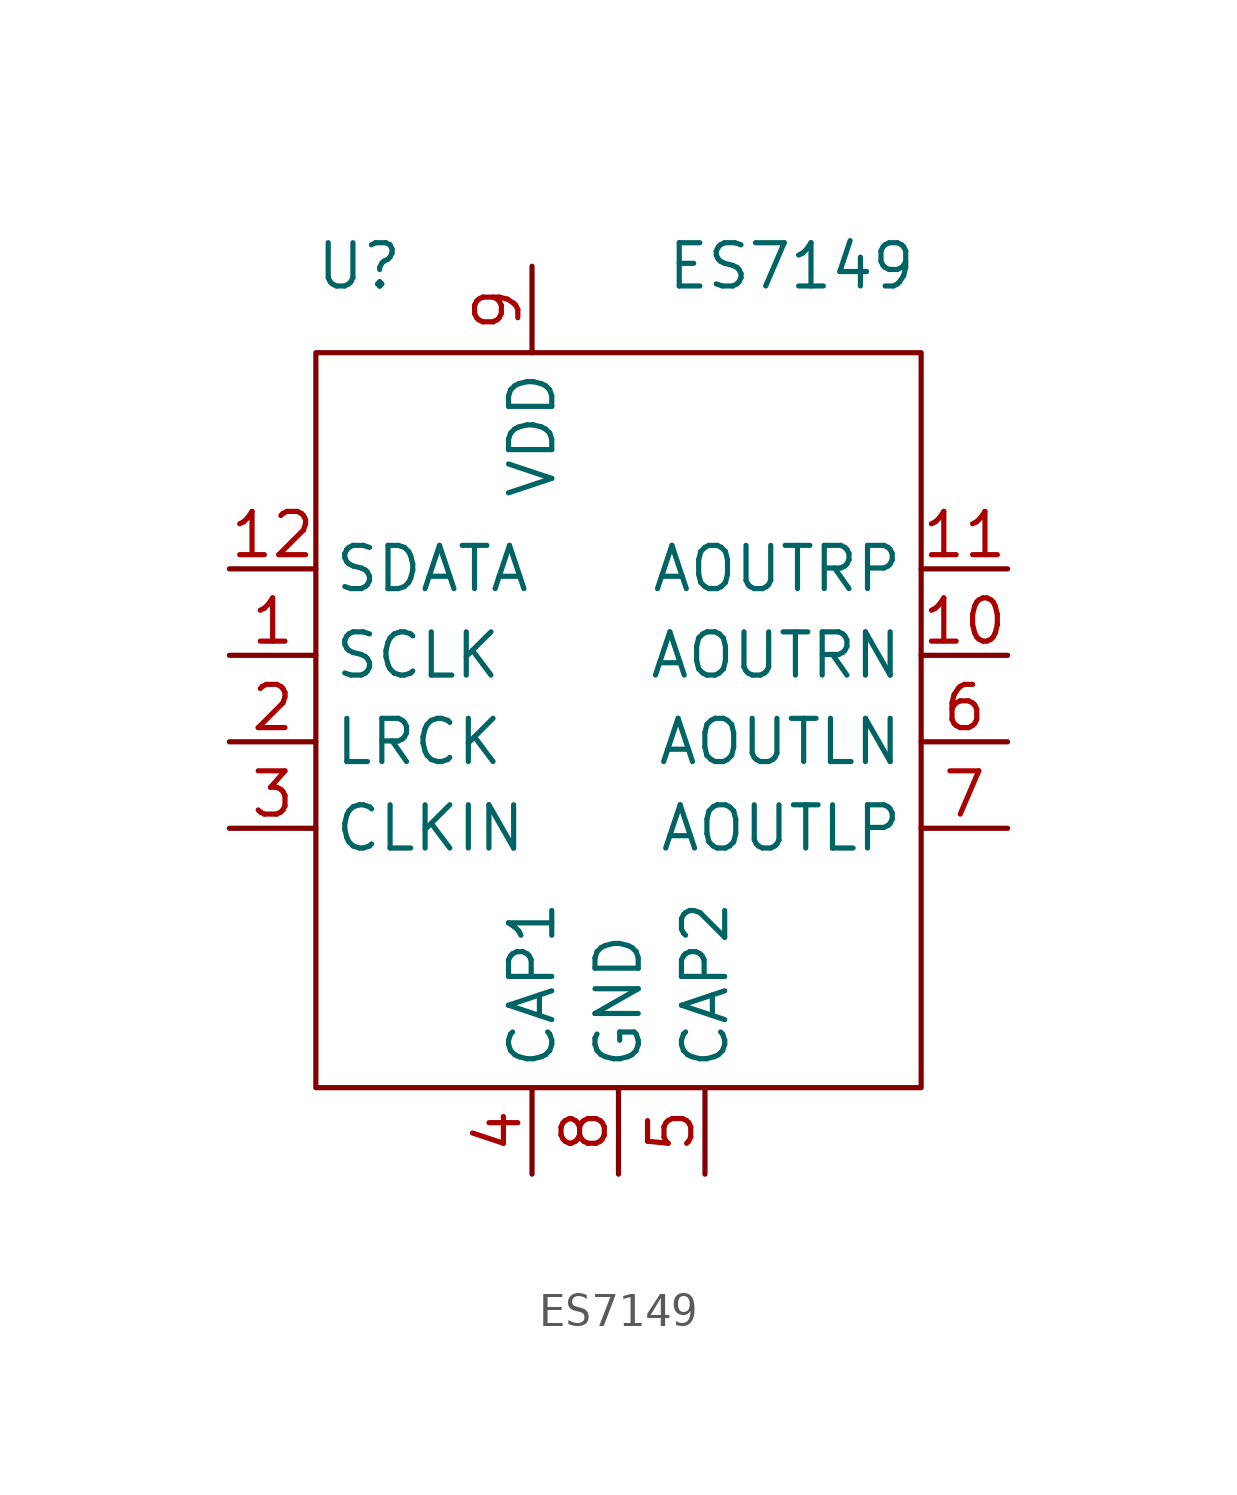
<source format=kicad_sym>
(kicad_symbol_lib
  (version 20211014)
  (generator kicad_symbol_editor)
  (symbol "ES7149"
    (property "Reference" "U"
      (at -7.62 11.43 0)
      (effects (font (size 1.27 1.27))))
    (property "Value" "ES7149"
      (at 5.08 11.43 0)
      (effects (font (size 1.27 1.27))))
    (symbol "ES7149_0_1"
      (rectangle (start -8.89 8.89) (end 8.89 -12.7) (stroke (width 0) (type default) (color 0 0 0 0)) (fill (type none))))
    (symbol "ES7149_1_1"
      (pin input line (at -11.43 0 0) (length 2.54) (name "SCLK" (effects (font (size 1.27 1.27)))) (number "1" (effects (font (size 1.27 1.27)))))
      (pin output line (at 11.43 0 180) (length 2.54) (name "AOUTRN" (effects (font (size 1.27 1.27)))) (number "10" (effects (font (size 1.27 1.27)))))
      (pin output line (at 11.43 2.54 180) (length 2.54) (name "AOUTRP" (effects (font (size 1.27 1.27)))) (number "11" (effects (font (size 1.27 1.27)))))
      (pin input line (at -11.43 2.54 0) (length 2.54) (name "SDATA" (effects (font (size 1.27 1.27)))) (number "12" (effects (font (size 1.27 1.27)))))
      (pin power_in line (at 0 -15.24 90) (length 2.54) hide (name "PGND" (effects (font (size 1.27 1.27)))) (number "13" (effects (font (size 1.27 1.27)))))
      (pin input line (at -11.43 -2.54 0) (length 2.54) (name "LRCK" (effects (font (size 1.27 1.27)))) (number "2" (effects (font (size 1.27 1.27)))))
      (pin input line (at -11.43 -5.08 0) (length 2.54) (name "CLKIN" (effects (font (size 1.27 1.27)))) (number "3" (effects (font (size 1.27 1.27)))))
      (pin input line (at -2.54 -15.24 90) (length 2.54) (name "CAP1" (effects (font (size 1.27 1.27)))) (number "4" (effects (font (size 1.27 1.27)))))
      (pin input line (at 2.54 -15.24 90) (length 2.54) (name "CAP2" (effects (font (size 1.27 1.27)))) (number "5" (effects (font (size 1.27 1.27)))))
      (pin output line (at 11.43 -2.54 180) (length 2.54) (name "AOUTLN" (effects (font (size 1.27 1.27)))) (number "6" (effects (font (size 1.27 1.27)))))
      (pin output line (at 11.43 -5.08 180) (length 2.54) (name "AOUTLP" (effects (font (size 1.27 1.27)))) (number "7" (effects (font (size 1.27 1.27)))))
      (pin power_in line (at 0 -15.24 90) (length 2.54) (name "GND" (effects (font (size 1.27 1.27)))) (number "8" (effects (font (size 1.27 1.27)))))
      (pin power_in line (at -2.54 11.43 270) (length 2.54) (name "VDD" (effects (font (size 1.27 1.27)))) (number "9" (effects (font (size 1.27 1.27))))))))
</source>
